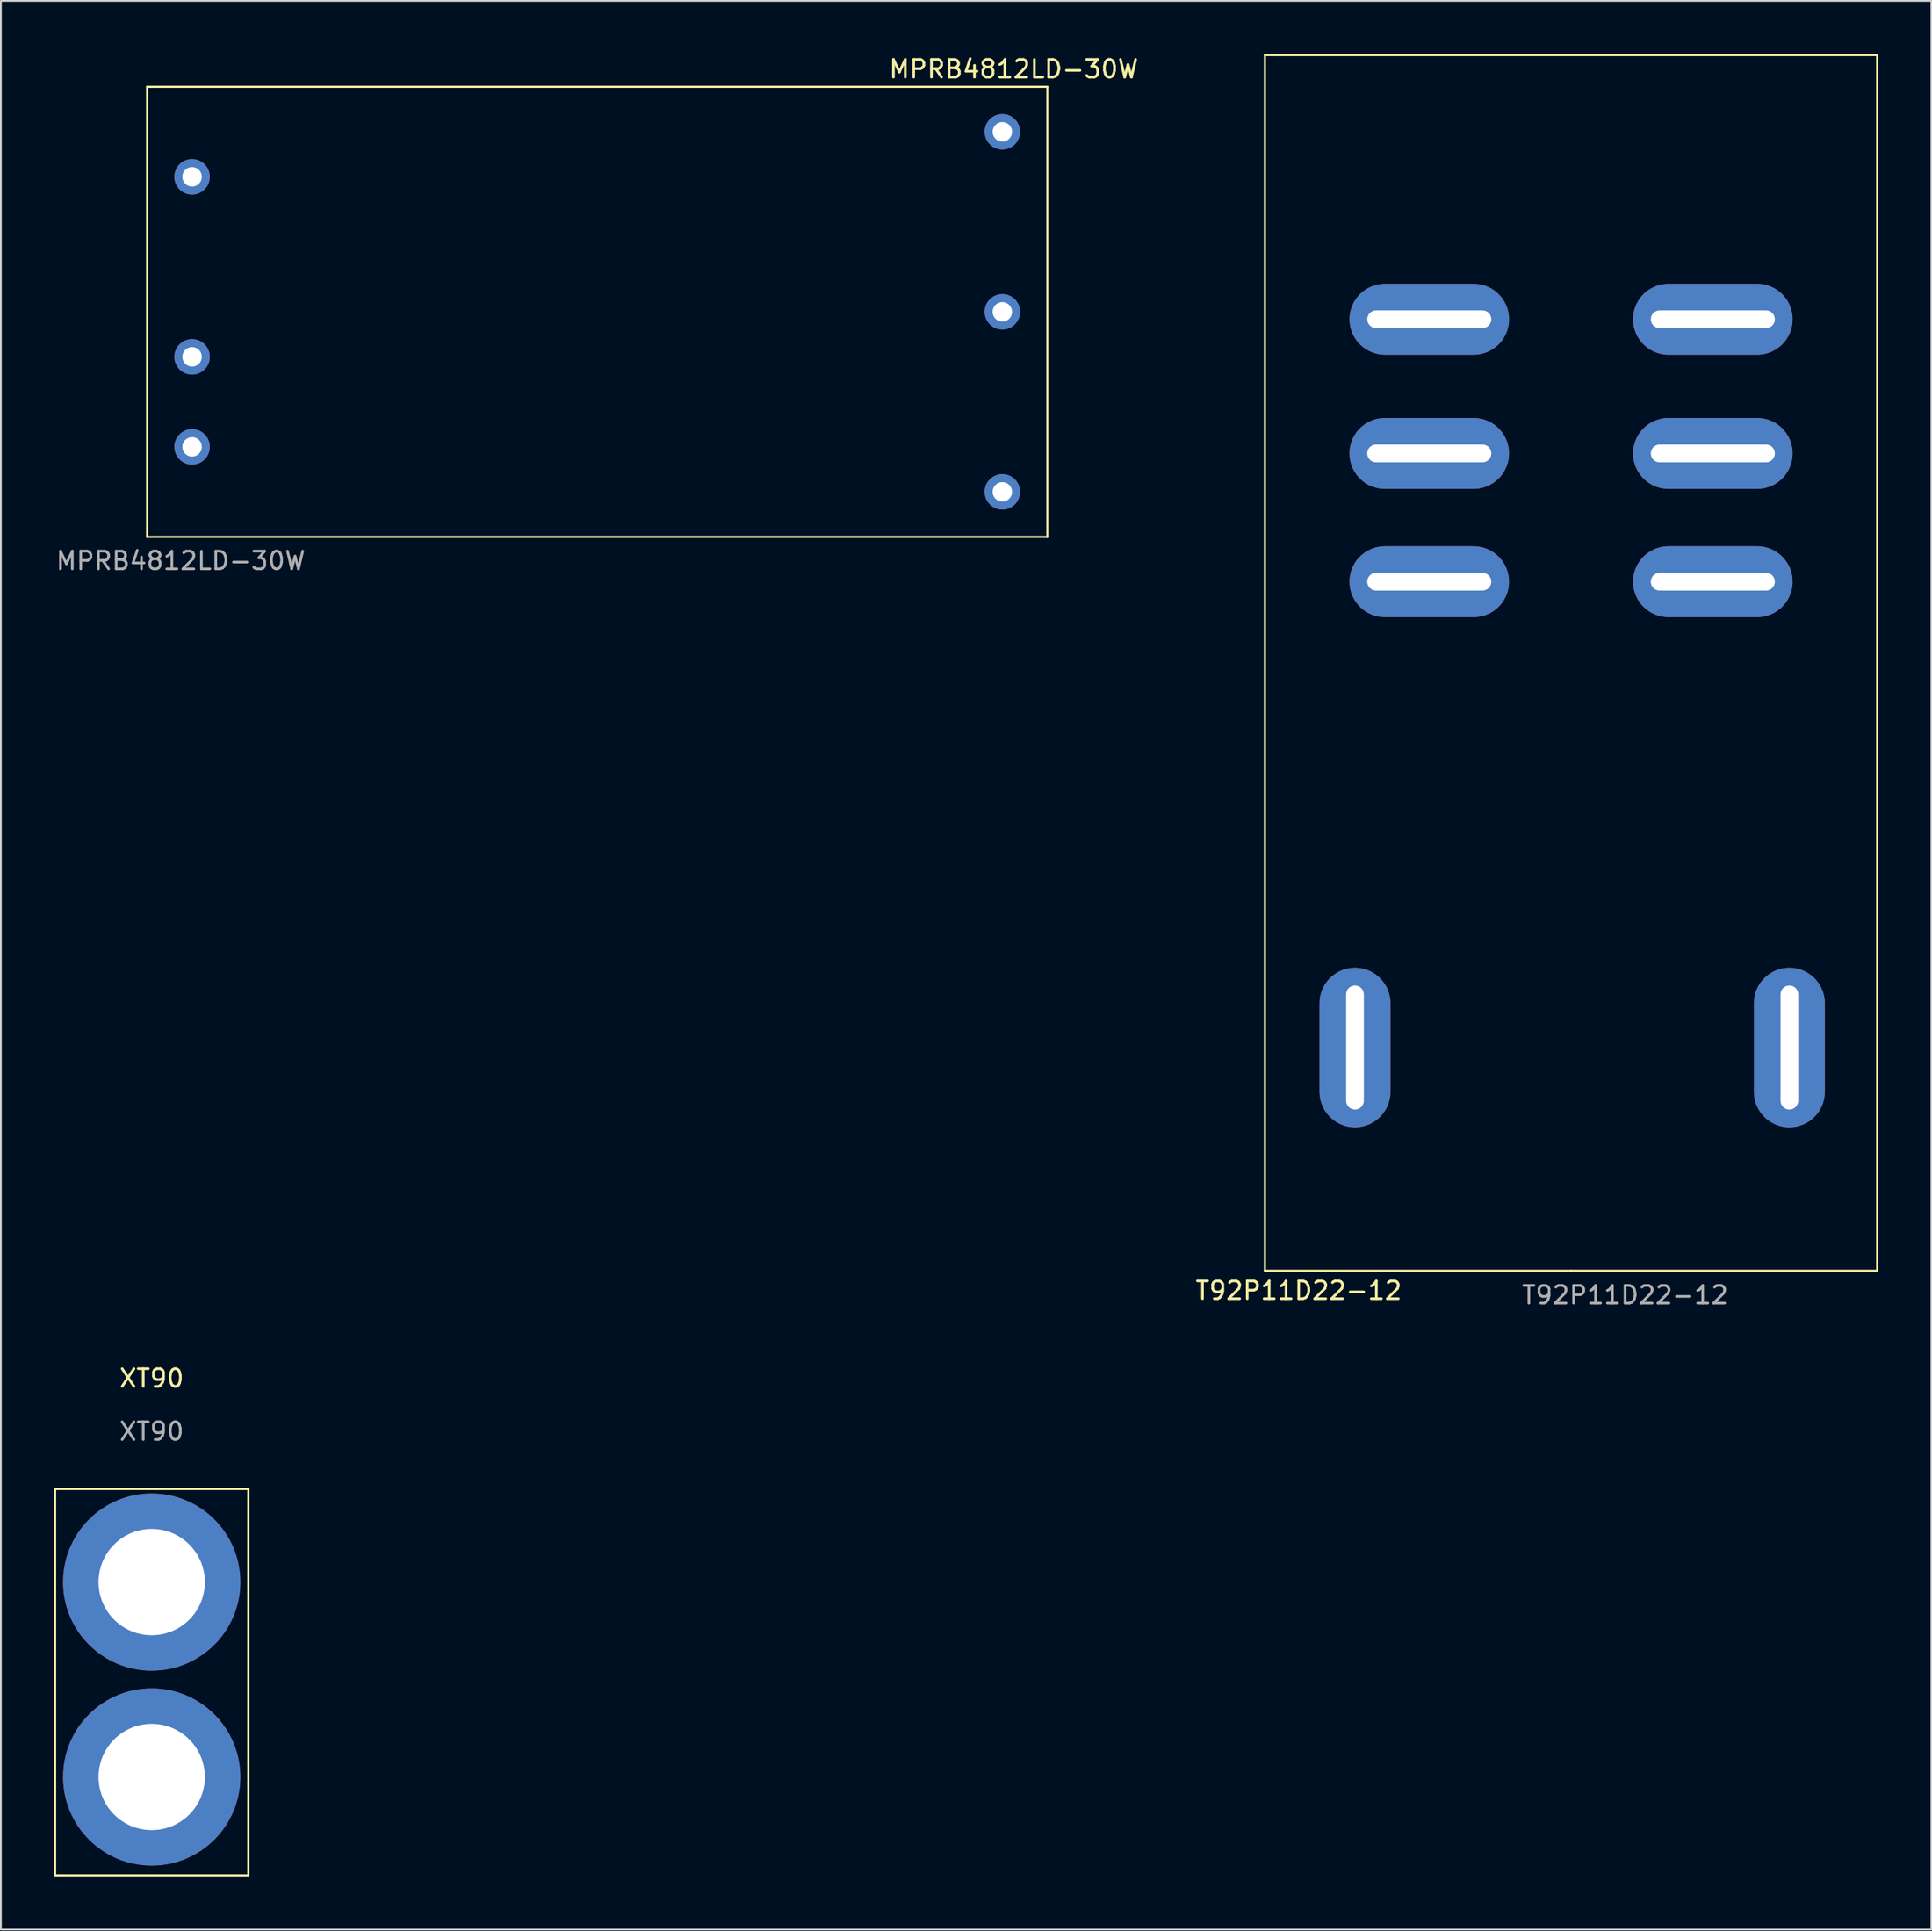
<source format=kicad_pcb>
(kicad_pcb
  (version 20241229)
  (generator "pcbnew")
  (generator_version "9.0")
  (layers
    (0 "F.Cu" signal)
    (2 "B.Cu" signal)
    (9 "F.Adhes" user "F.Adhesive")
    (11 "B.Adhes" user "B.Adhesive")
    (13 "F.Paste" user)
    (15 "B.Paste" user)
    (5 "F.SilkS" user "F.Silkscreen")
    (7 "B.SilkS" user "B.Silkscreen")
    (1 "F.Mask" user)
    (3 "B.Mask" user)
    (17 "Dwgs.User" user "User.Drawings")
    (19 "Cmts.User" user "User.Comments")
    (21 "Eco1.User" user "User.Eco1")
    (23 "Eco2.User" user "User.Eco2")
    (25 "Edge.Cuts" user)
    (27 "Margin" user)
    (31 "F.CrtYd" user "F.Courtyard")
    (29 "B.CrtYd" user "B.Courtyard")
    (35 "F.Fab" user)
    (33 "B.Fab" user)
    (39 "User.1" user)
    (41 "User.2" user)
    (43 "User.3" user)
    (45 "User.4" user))
  (footprint "XT90"
    (layer "F.Cu")
    (at 5.51 75.234)
    (property "Reference" "XT90" (at 0 -0.5 0) (unlocked yes) (layer "F.SilkS") (effects (font (size 1 1) (thickness 0.15))))
    (attr through_hole)
    (fp_rect (start -5.45 5.75) (end 5.45 27.55) (stroke (width 0.12) (type solid)) (fill no) (layer "F.SilkS"))
    (fp_text user "${REFERENCE}" (at 0 2.5 0) (unlocked yes) (layer "F.Fab") (effects (font (size 1 1) (thickness 0.15))))
    (pad "1" thru_hole circle (at 0 11) (size 10 10) (drill 6) (layers "*.Cu" "*.Mask"))
    (pad "2" thru_hole circle (at 0 22) (size 10 10) (drill 6) (layers "*.Cu" "*.Mask")))
  (footprint "MPRB4812LD-30W"
    (layer "F.Cu")
    (at 30.649 14.848)
    (property "Reference" "MPRB4812LD-30W" (at 23.5 -14 0) (unlocked yes) (layer "F.SilkS") (effects (font (size 1 1) (thickness 0.15))))
    (attr through_hole)
    (fp_line (start -25.4 12.4) (end 25.4 12.4) (stroke (width 0.12) (type solid)) (layer "F.SilkS"))
    (fp_line (start 25.4 -13) (end -25.4 -13) (stroke (width 0.12) (type solid)) (layer "F.SilkS"))
    (fp_line (start 25.4 12.4) (end 25.4 -13) (stroke (width 0.12) (type solid)) (layer "F.SilkS"))
    (fp_rect (start -25.4 -13) (end -25.4 12.4) (stroke (width 0.12) (type solid)) (fill no) (layer "F.SilkS"))
    (fp_text user "${REFERENCE}" (at -23.5 13.75 0) (unlocked yes) (layer "F.Fab") (effects (font (size 1 1) (thickness 0.15))))
    (pad "1" thru_hole circle (at -22.86 -7.92) (size 2 2) (drill 1.1) (layers "*.Cu" "*.Mask"))
    (pad "2" thru_hole circle (at -22.86 2.24) (size 2 2) (drill 1.1) (layers "*.Cu" "*.Mask"))
    (pad "3" thru_hole circle (at -22.86 7.32) (size 2 2) (drill 1.1) (layers "*.Cu" "*.Mask"))
    (pad "4" thru_hole circle (at 22.86 9.86) (size 2 2) (drill 1.1) (layers "*.Cu" "*.Mask"))
    (pad "5" thru_hole circle (at 22.86 -0.3) (size 2 2) (drill 1.1) (layers "*.Cu" "*.Mask"))
    (pad "6" thru_hole circle (at 22.86 -10.46) (size 2 2) (drill 1.1) (layers "*.Cu" "*.Mask")))
  (footprint "T92P11D22-12"
    (layer "F.Cu")
    (at 93.6 56.067)
    (property "Reference" "T92P11D22-12" (at -23.368 13.716 0) (unlocked yes) (layer "F.SilkS") (effects (font (size 1 1) (thickness 0.15))))
    (attr through_hole)
    (fp_line (start -25.273 -56.007) (end -25.273 12.593) (stroke (width 0.12) (type solid)) (layer "F.SilkS"))
    (fp_line (start -25.273 -56.007) (end -8.001 -56.007) (stroke (width 0.12) (type solid)) (layer "F.SilkS"))
    (fp_line (start -25.273 12.593) (end -8.001 12.593) (stroke (width 0.12) (type solid)) (layer "F.SilkS"))
    (fp_line (start -8.001 -56.007) (end 9.271 -56.007) (stroke (width 0.12) (type solid)) (layer "F.SilkS"))
    (fp_line (start -8.001 12.593) (end 9.271 12.593) (stroke (width 0.12) (type solid)) (layer "F.SilkS"))
    (fp_line (start 9.271 -56.007) (end 9.271 12.593) (stroke (width 0.12) (type solid)) (layer "F.SilkS"))
    (fp_text user "${REFERENCE}" (at -4.953 13.97 0) (unlocked yes) (layer "F.Fab") (effects (font (size 1 1) (thickness 0.15))))
    (pad "1" thru_hole oval (at -20.193 0 90) (size 9 4) (drill oval 7 1) (layers "*.Cu" "*.Mask"))
    (pad "2" thru_hole oval (at 4.318 0 90) (size 9 4) (drill oval 7 1) (layers "*.Cu" "*.Mask"))
    (pad "3" thru_hole oval (at -16 -41.1) (size 9 4) (drill oval 7 1) (layers "*.Cu" "*.Mask"))
    (pad "4" thru_hole oval (at 0 -41.1) (size 9 4) (drill oval 7 1) (layers "*.Cu" "*.Mask"))
    (pad "5" thru_hole oval (at -16.002 -33.528) (size 9 4) (drill oval 7 1) (layers "*.Cu" "*.Mask"))
    (pad "6" thru_hole oval (at 0 -33.528) (size 9 4) (drill oval 7 1) (layers "*.Cu" "*.Mask"))
    (pad "7" thru_hole oval (at -16.002 -26.289) (size 9 4) (drill oval 7 1) (layers "*.Cu" "*.Mask"))
    (pad "8" thru_hole oval (at 0 -26.289) (size 9 4) (drill oval 7 1) (layers "*.Cu" "*.Mask")))
  (gr_rect
    (start -3 -3)
    (end 105.931 105.844)
    (stroke (width 0.1) (type default))
    (fill no)
    (layer "Edge.Cuts")))
</source>
